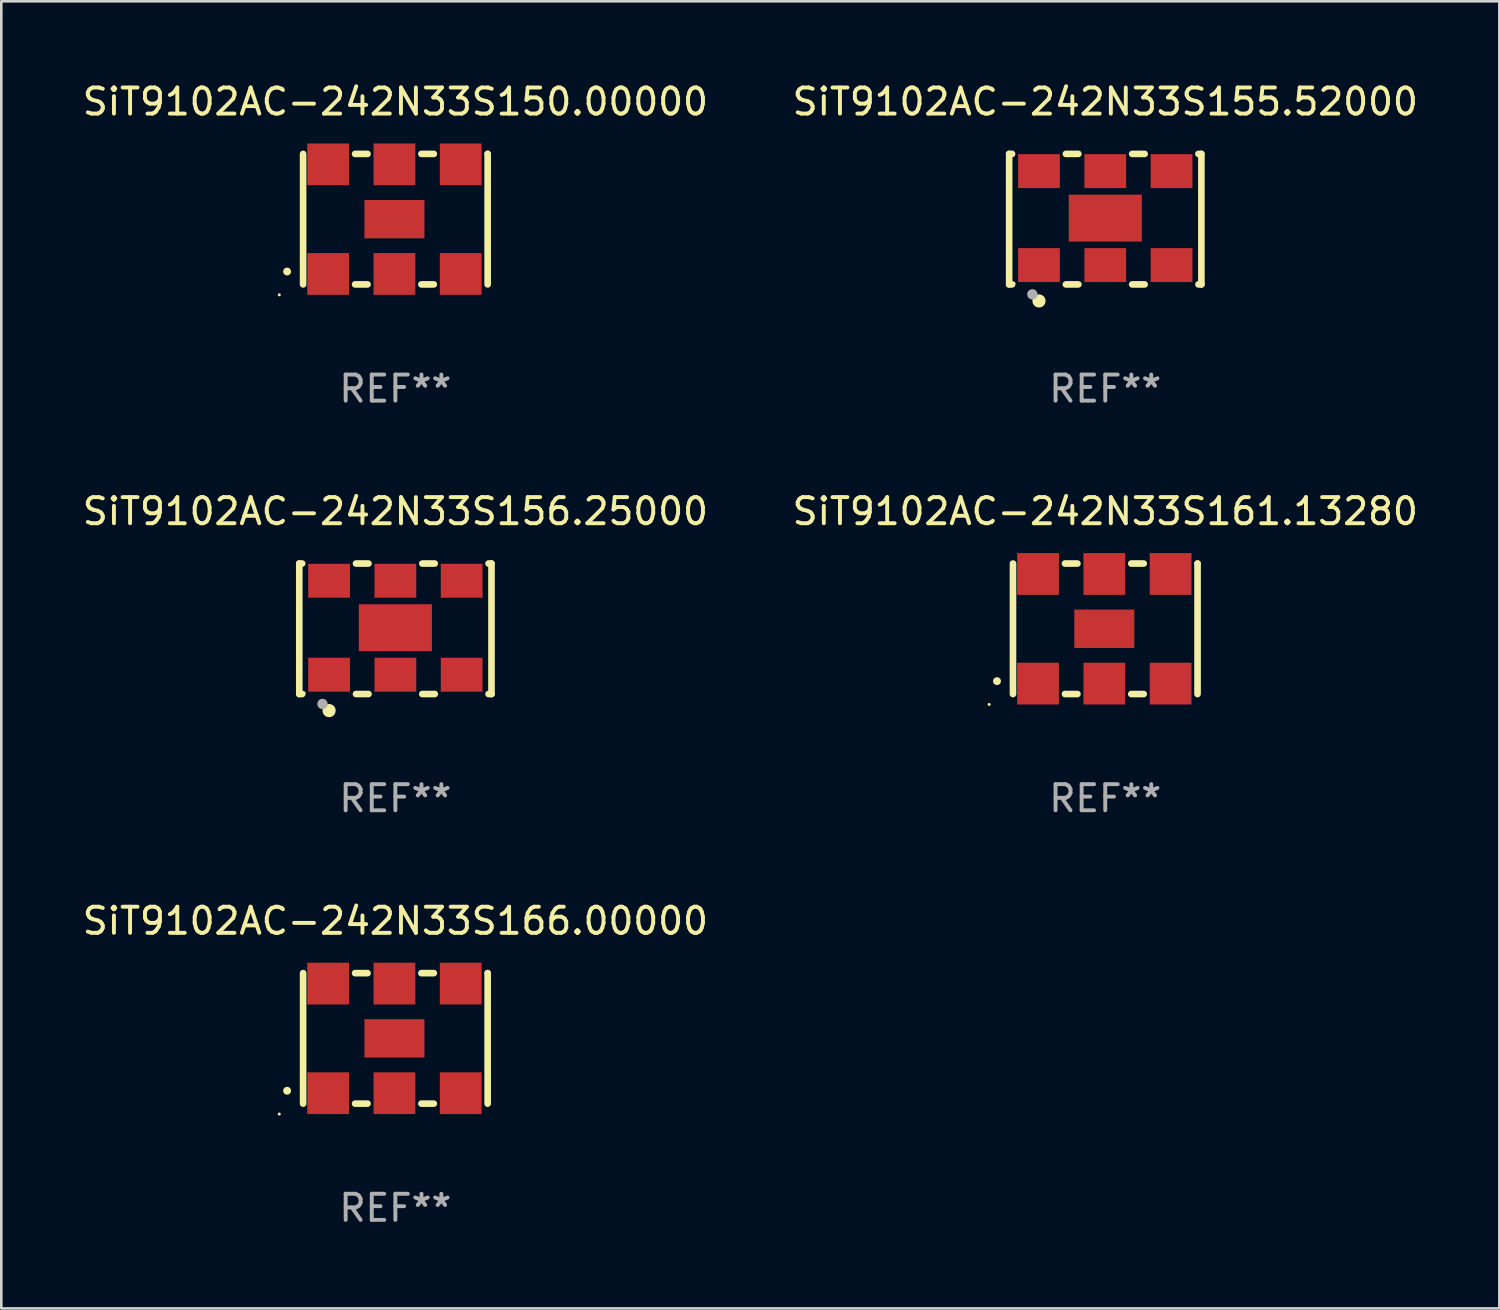
<source format=kicad_pcb>
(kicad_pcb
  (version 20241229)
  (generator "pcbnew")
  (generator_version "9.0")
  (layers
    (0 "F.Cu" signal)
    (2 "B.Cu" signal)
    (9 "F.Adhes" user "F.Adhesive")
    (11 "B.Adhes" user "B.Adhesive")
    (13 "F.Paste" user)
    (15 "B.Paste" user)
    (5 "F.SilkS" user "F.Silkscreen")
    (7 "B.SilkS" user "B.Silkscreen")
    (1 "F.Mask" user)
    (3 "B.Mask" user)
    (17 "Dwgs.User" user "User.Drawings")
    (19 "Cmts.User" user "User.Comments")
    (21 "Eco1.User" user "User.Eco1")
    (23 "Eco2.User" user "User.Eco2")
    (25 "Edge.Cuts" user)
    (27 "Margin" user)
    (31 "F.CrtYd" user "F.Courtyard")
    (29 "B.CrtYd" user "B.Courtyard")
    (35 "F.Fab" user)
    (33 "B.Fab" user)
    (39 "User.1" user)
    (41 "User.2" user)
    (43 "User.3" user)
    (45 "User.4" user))
  (footprint "SiT9102AC-242N33S166.00000"
    (layer "F.Cu")
    (at 12.101 36.741)
    (property "Reference" "SiT9102AC-242N33S166.00000" (at 0 -4.5 0) (layer "F.SilkS") (effects (font (size 1 1) (thickness 0.15))))
    (attr through_hole)
    (fp_line (start -3.536 -2.5) (end -3.536 2.5) (stroke (width 0.254) (type solid)) (layer "F.SilkS"))
    (fp_line (start -1.544 2.5) (end -1.067 2.5) (stroke (width 0.254) (type solid)) (layer "F.SilkS"))
    (fp_line (start -1.067 -2.5) (end -1.544 -2.5) (stroke (width 0.254) (type solid)) (layer "F.SilkS"))
    (fp_line (start 0.996 2.5) (end 1.473 2.5) (stroke (width 0.254) (type solid)) (layer "F.SilkS"))
    (fp_line (start 1.473 -2.5) (end 0.996 -2.5) (stroke (width 0.254) (type solid)) (layer "F.SilkS"))
    (fp_line (start 3.536 -2.5) (end 3.536 -2.5) (stroke (width 0.254) (type solid)) (layer "F.SilkS"))
    (fp_line (start 3.536 2.5) (end 3.536 -2.5) (stroke (width 0.254) (type solid)) (layer "F.SilkS"))
    (fp_arc (start -4.150432 2.006604) (mid -4.149162 2.006599) (end -4.147892 2.006604) (stroke (width 0.3) (type solid)) (layer "F.SilkS"))
    (fp_circle (center -4.449 2.9) (end -4.419 2.9) (stroke (width 0.06) (type solid)) (fill no) (layer "F.SilkS"))
    (fp_text user "REF**" (at 0 6.5 0) (layer "F.Fab") (effects (font (size 1 1) (thickness 0.15))))
    (pad "1" smd rect (at -2.576 2.1) (size 1.6 1.6) (layers "F.Cu" "F.Mask" "F.Paste"))
    (pad "2" smd rect (at -0.036 2.1) (size 1.6 1.6) (layers "F.Cu" "F.Mask" "F.Paste"))
    (pad "3" smd rect (at 2.504 2.1) (size 1.6 1.6) (layers "F.Cu" "F.Mask" "F.Paste"))
    (pad "4" smd rect (at 2.504 -2.1) (size 1.6 1.6) (layers "F.Cu" "F.Mask" "F.Paste"))
    (pad "5" smd rect (at -0.036 -2.1) (size 1.6 1.6) (layers "F.Cu" "F.Mask" "F.Paste"))
    (pad "6" smd rect (at -2.576 -2.1) (size 1.6 1.6) (layers "F.Cu" "F.Mask" "F.Paste"))
    (pad "7" smd rect (at -0.036 0) (size 2.3 1.47) (layers "F.Cu" "F.Mask" "F.Paste")))
  (footprint "SiT9102AC-242N33S161.13280"
    (layer "F.Cu")
    (at 39.304 21.045)
    (property "Reference" "SiT9102AC-242N33S161.13280" (at 0 -4.5 0) (layer "F.SilkS") (effects (font (size 1 1) (thickness 0.15))))
    (attr through_hole)
    (fp_line (start -3.536 -2.5) (end -3.536 2.5) (stroke (width 0.254) (type solid)) (layer "F.SilkS"))
    (fp_line (start -1.544 2.5) (end -1.067 2.5) (stroke (width 0.254) (type solid)) (layer "F.SilkS"))
    (fp_line (start -1.067 -2.5) (end -1.544 -2.5) (stroke (width 0.254) (type solid)) (layer "F.SilkS"))
    (fp_line (start 0.996 2.5) (end 1.473 2.5) (stroke (width 0.254) (type solid)) (layer "F.SilkS"))
    (fp_line (start 1.473 -2.5) (end 0.996 -2.5) (stroke (width 0.254) (type solid)) (layer "F.SilkS"))
    (fp_line (start 3.536 -2.5) (end 3.536 -2.5) (stroke (width 0.254) (type solid)) (layer "F.SilkS"))
    (fp_line (start 3.536 2.5) (end 3.536 -2.5) (stroke (width 0.254) (type solid)) (layer "F.SilkS"))
    (fp_arc (start -4.150432 2.006604) (mid -4.149162 2.006599) (end -4.147892 2.006604) (stroke (width 0.3) (type solid)) (layer "F.SilkS"))
    (fp_circle (center -4.449 2.9) (end -4.419 2.9) (stroke (width 0.06) (type solid)) (fill no) (layer "F.SilkS"))
    (fp_text user "REF**" (at 0 6.5 0) (layer "F.Fab") (effects (font (size 1 1) (thickness 0.15))))
    (pad "1" smd rect (at -2.576 2.1) (size 1.6 1.6) (layers "F.Cu" "F.Mask" "F.Paste"))
    (pad "2" smd rect (at -0.036 2.1) (size 1.6 1.6) (layers "F.Cu" "F.Mask" "F.Paste"))
    (pad "3" smd rect (at 2.504 2.1) (size 1.6 1.6) (layers "F.Cu" "F.Mask" "F.Paste"))
    (pad "4" smd rect (at 2.504 -2.1) (size 1.6 1.6) (layers "F.Cu" "F.Mask" "F.Paste"))
    (pad "5" smd rect (at -0.036 -2.1) (size 1.6 1.6) (layers "F.Cu" "F.Mask" "F.Paste"))
    (pad "6" smd rect (at -2.576 -2.1) (size 1.6 1.6) (layers "F.Cu" "F.Mask" "F.Paste"))
    (pad "7" smd rect (at -0.036 0) (size 2.3 1.47) (layers "F.Cu" "F.Mask" "F.Paste")))
  (footprint "SiT9102AC-242N33S150.00000"
    (layer "F.Cu")
    (at 12.101 5.348)
    (property "Reference" "SiT9102AC-242N33S150.00000" (at 0 -4.5 0) (layer "F.SilkS") (effects (font (size 1 1) (thickness 0.15))))
    (attr through_hole)
    (fp_line (start -3.536 -2.5) (end -3.536 2.5) (stroke (width 0.254) (type solid)) (layer "F.SilkS"))
    (fp_line (start -1.544 2.5) (end -1.067 2.5) (stroke (width 0.254) (type solid)) (layer "F.SilkS"))
    (fp_line (start -1.067 -2.5) (end -1.544 -2.5) (stroke (width 0.254) (type solid)) (layer "F.SilkS"))
    (fp_line (start 0.996 2.5) (end 1.473 2.5) (stroke (width 0.254) (type solid)) (layer "F.SilkS"))
    (fp_line (start 1.473 -2.5) (end 0.996 -2.5) (stroke (width 0.254) (type solid)) (layer "F.SilkS"))
    (fp_line (start 3.536 -2.5) (end 3.536 -2.5) (stroke (width 0.254) (type solid)) (layer "F.SilkS"))
    (fp_line (start 3.536 2.5) (end 3.536 -2.5) (stroke (width 0.254) (type solid)) (layer "F.SilkS"))
    (fp_arc (start -4.150432 2.006604) (mid -4.149162 2.006599) (end -4.147892 2.006604) (stroke (width 0.3) (type solid)) (layer "F.SilkS"))
    (fp_circle (center -4.449 2.9) (end -4.419 2.9) (stroke (width 0.06) (type solid)) (fill no) (layer "F.SilkS"))
    (fp_text user "REF**" (at 0 6.5 0) (layer "F.Fab") (effects (font (size 1 1) (thickness 0.15))))
    (pad "1" smd rect (at -2.576 2.1) (size 1.6 1.6) (layers "F.Cu" "F.Mask" "F.Paste"))
    (pad "2" smd rect (at -0.036 2.1) (size 1.6 1.6) (layers "F.Cu" "F.Mask" "F.Paste"))
    (pad "3" smd rect (at 2.504 2.1) (size 1.6 1.6) (layers "F.Cu" "F.Mask" "F.Paste"))
    (pad "4" smd rect (at 2.504 -2.1) (size 1.6 1.6) (layers "F.Cu" "F.Mask" "F.Paste"))
    (pad "5" smd rect (at -0.036 -2.1) (size 1.6 1.6) (layers "F.Cu" "F.Mask" "F.Paste"))
    (pad "6" smd rect (at -2.576 -2.1) (size 1.6 1.6) (layers "F.Cu" "F.Mask" "F.Paste"))
    (pad "7" smd rect (at -0.036 0) (size 2.3 1.47) (layers "F.Cu" "F.Mask" "F.Paste")))
  (footprint "SiT9102AC-242N33S155.52000"
    (layer "F.Cu")
    (at 39.304 5.348)
    (property "Reference" "SiT9102AC-242N33S155.52000" (at 0 -4.5 0) (layer "F.SilkS") (effects (font (size 1 1) (thickness 0.15))))
    (attr through_hole)
    (fp_line (start -3.683 -2.5) (end -3.571 -2.5) (stroke (width 0.254) (type solid)) (layer "F.SilkS"))
    (fp_line (start -3.683 2.5) (end -3.683 -2.5) (stroke (width 0.254) (type solid)) (layer "F.SilkS"))
    (fp_line (start -3.683 2.5) (end -3.571 2.5) (stroke (width 0.254) (type solid)) (layer "F.SilkS"))
    (fp_line (start -1.509 -2.5) (end -1.031 -2.5) (stroke (width 0.254) (type solid)) (layer "F.SilkS"))
    (fp_line (start -1.509 2.5) (end -1.031 2.5) (stroke (width 0.254) (type solid)) (layer "F.SilkS"))
    (fp_line (start 1.031 -2.5) (end 1.509 -2.5) (stroke (width 0.254) (type solid)) (layer "F.SilkS"))
    (fp_line (start 1.031 2.5) (end 1.509 2.5) (stroke (width 0.254) (type solid)) (layer "F.SilkS"))
    (fp_line (start 3.571 -2.5) (end 3.683 -2.5) (stroke (width 0.254) (type solid)) (layer "F.SilkS"))
    (fp_line (start 3.571 2.5) (end 3.683 2.5) (stroke (width 0.254) (type solid)) (layer "F.SilkS"))
    (fp_line (start 3.683 2.5) (end 3.683 -2.5) (stroke (width 0.254) (type solid)) (layer "F.SilkS"))
    (fp_circle (center -3.5 2.46) (end -3.47 2.46) (stroke (width 0.06) (type solid)) (fill no) (layer "F.SilkS"))
    (fp_circle (center -2.54 3.135) (end -2.413 3.135) (stroke (width 0.254) (type solid)) (fill no) (layer "F.SilkS"))
    (fp_circle (center -2.794 2.881) (end -2.694 2.881) (stroke (width 0.2) (type solid)) (fill no) (layer "F.Fab"))
    (fp_text user "REF**" (at 0 6.5 0) (layer "F.Fab") (effects (font (size 1 1) (thickness 0.15))))
    (pad "1" smd rect (at -2.54 1.76) (size 1.6 1.3) (layers "F.Cu" "F.Mask" "F.Paste"))
    (pad "2" smd rect (at 0 1.76) (size 1.6 1.3) (layers "F.Cu" "F.Mask" "F.Paste"))
    (pad "3" smd rect (at 2.54 1.76) (size 1.6 1.3) (layers "F.Cu" "F.Mask" "F.Paste"))
    (pad "4" smd rect (at 2.54 -1.84) (size 1.6 1.3) (layers "F.Cu" "F.Mask" "F.Paste"))
    (pad "5" smd rect (at 0 -1.84) (size 1.6 1.3) (layers "F.Cu" "F.Mask" "F.Paste"))
    (pad "6" smd rect (at -2.54 -1.84) (size 1.6 1.3) (layers "F.Cu" "F.Mask" "F.Paste"))
    (pad "7" smd rect (at 0 -0.04) (size 2.8 1.8) (layers "F.Cu" "F.Mask" "F.Paste")))
  (footprint "SiT9102AC-242N33S156.25000"
    (layer "F.Cu")
    (at 12.101 21.045)
    (property "Reference" "SiT9102AC-242N33S156.25000" (at 0 -4.5 0) (layer "F.SilkS") (effects (font (size 1 1) (thickness 0.15))))
    (attr through_hole)
    (fp_line (start -3.683 -2.5) (end -3.571 -2.5) (stroke (width 0.254) (type solid)) (layer "F.SilkS"))
    (fp_line (start -3.683 2.5) (end -3.683 -2.5) (stroke (width 0.254) (type solid)) (layer "F.SilkS"))
    (fp_line (start -3.683 2.5) (end -3.571 2.5) (stroke (width 0.254) (type solid)) (layer "F.SilkS"))
    (fp_line (start -1.509 -2.5) (end -1.031 -2.5) (stroke (width 0.254) (type solid)) (layer "F.SilkS"))
    (fp_line (start -1.509 2.5) (end -1.031 2.5) (stroke (width 0.254) (type solid)) (layer "F.SilkS"))
    (fp_line (start 1.031 -2.5) (end 1.509 -2.5) (stroke (width 0.254) (type solid)) (layer "F.SilkS"))
    (fp_line (start 1.031 2.5) (end 1.509 2.5) (stroke (width 0.254) (type solid)) (layer "F.SilkS"))
    (fp_line (start 3.571 -2.5) (end 3.683 -2.5) (stroke (width 0.254) (type solid)) (layer "F.SilkS"))
    (fp_line (start 3.571 2.5) (end 3.683 2.5) (stroke (width 0.254) (type solid)) (layer "F.SilkS"))
    (fp_line (start 3.683 2.5) (end 3.683 -2.5) (stroke (width 0.254) (type solid)) (layer "F.SilkS"))
    (fp_circle (center -3.5 2.46) (end -3.47 2.46) (stroke (width 0.06) (type solid)) (fill no) (layer "F.SilkS"))
    (fp_circle (center -2.54 3.135) (end -2.413 3.135) (stroke (width 0.254) (type solid)) (fill no) (layer "F.SilkS"))
    (fp_circle (center -2.794 2.881) (end -2.694 2.881) (stroke (width 0.2) (type solid)) (fill no) (layer "F.Fab"))
    (fp_text user "REF**" (at 0 6.5 0) (layer "F.Fab") (effects (font (size 1 1) (thickness 0.15))))
    (pad "1" smd rect (at -2.54 1.76) (size 1.6 1.3) (layers "F.Cu" "F.Mask" "F.Paste"))
    (pad "2" smd rect (at 0 1.76) (size 1.6 1.3) (layers "F.Cu" "F.Mask" "F.Paste"))
    (pad "3" smd rect (at 2.54 1.76) (size 1.6 1.3) (layers "F.Cu" "F.Mask" "F.Paste"))
    (pad "4" smd rect (at 2.54 -1.84) (size 1.6 1.3) (layers "F.Cu" "F.Mask" "F.Paste"))
    (pad "5" smd rect (at 0 -1.84) (size 1.6 1.3) (layers "F.Cu" "F.Mask" "F.Paste"))
    (pad "6" smd rect (at -2.54 -1.84) (size 1.6 1.3) (layers "F.Cu" "F.Mask" "F.Paste"))
    (pad "7" smd rect (at 0 -0.04) (size 2.8 1.8) (layers "F.Cu" "F.Mask" "F.Paste")))
  (gr_rect
    (start -3 -3)
    (end 54.405 47.09)
    (stroke (width 0.1) (type default))
    (fill no)
    (layer "Edge.Cuts")))
</source>
